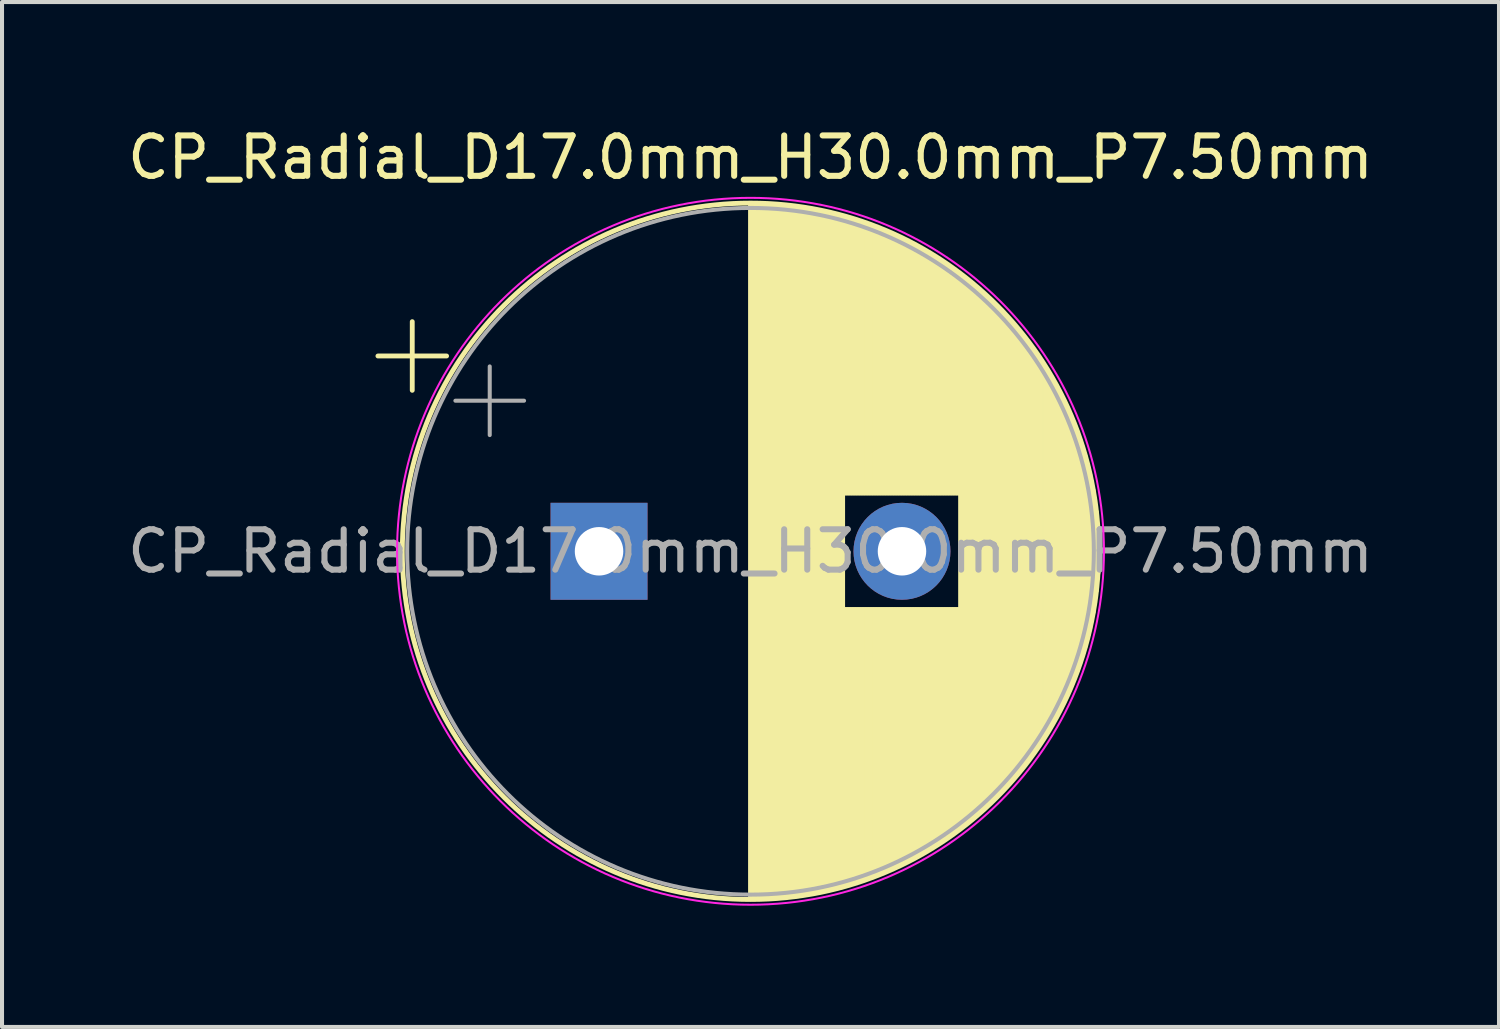
<source format=kicad_pcb>
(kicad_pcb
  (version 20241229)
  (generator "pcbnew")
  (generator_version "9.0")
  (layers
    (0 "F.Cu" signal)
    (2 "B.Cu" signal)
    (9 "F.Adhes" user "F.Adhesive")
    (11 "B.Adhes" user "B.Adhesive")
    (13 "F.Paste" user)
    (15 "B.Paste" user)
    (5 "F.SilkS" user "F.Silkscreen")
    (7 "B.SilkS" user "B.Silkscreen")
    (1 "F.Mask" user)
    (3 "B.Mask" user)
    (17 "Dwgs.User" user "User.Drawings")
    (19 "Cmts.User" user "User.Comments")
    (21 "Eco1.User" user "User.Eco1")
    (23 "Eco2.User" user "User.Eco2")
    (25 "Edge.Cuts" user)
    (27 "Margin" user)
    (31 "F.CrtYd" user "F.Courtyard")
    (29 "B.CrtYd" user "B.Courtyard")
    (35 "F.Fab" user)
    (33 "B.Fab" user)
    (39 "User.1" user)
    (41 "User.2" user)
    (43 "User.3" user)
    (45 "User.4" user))
  (footprint "CP_Radial_D17.0mm_H30.0mm_P7.50mm"
    (layer "F.Cu")
    (at 11.78 10.598)
    (property "Reference" "CP_Radial_D17.0mm_H30.0mm_P7.50mm" (at 3.75 -9.75 0) (layer "F.SilkS") (effects (font (size 1 1) (thickness 0.15))))
    (attr through_hole)
    (fp_line (start -5.474 -4.835) (end -3.774 -4.835) (stroke (width 0.12) (type solid)) (layer "F.SilkS"))
    (fp_line (start -4.624 -5.685) (end -4.624 -3.985) (stroke (width 0.12) (type solid)) (layer "F.SilkS"))
    (fp_line (start 3.75 -8.581) (end 3.75 8.581) (stroke (width 0.12) (type solid)) (layer "F.SilkS"))
    (fp_line (start 3.79 -8.58) (end 3.79 8.58) (stroke (width 0.12) (type solid)) (layer "F.SilkS"))
    (fp_line (start 3.83 -8.58) (end 3.83 8.58) (stroke (width 0.12) (type solid)) (layer "F.SilkS"))
    (fp_line (start 3.87 -8.58) (end 3.87 8.58) (stroke (width 0.12) (type solid)) (layer "F.SilkS"))
    (fp_line (start 3.91 -8.579) (end 3.91 8.579) (stroke (width 0.12) (type solid)) (layer "F.SilkS"))
    (fp_line (start 3.95 -8.578) (end 3.95 8.578) (stroke (width 0.12) (type solid)) (layer "F.SilkS"))
    (fp_line (start 3.99 -8.577) (end 3.99 8.577) (stroke (width 0.12) (type solid)) (layer "F.SilkS"))
    (fp_line (start 4.03 -8.576) (end 4.03 8.576) (stroke (width 0.12) (type solid)) (layer "F.SilkS"))
    (fp_line (start 4.07 -8.575) (end 4.07 8.575) (stroke (width 0.12) (type solid)) (layer "F.SilkS"))
    (fp_line (start 4.11 -8.573) (end 4.11 8.573) (stroke (width 0.12) (type solid)) (layer "F.SilkS"))
    (fp_line (start 4.15 -8.571) (end 4.15 8.571) (stroke (width 0.12) (type solid)) (layer "F.SilkS"))
    (fp_line (start 4.19 -8.569) (end 4.19 8.569) (stroke (width 0.12) (type solid)) (layer "F.SilkS"))
    (fp_line (start 4.23 -8.567) (end 4.23 8.567) (stroke (width 0.12) (type solid)) (layer "F.SilkS"))
    (fp_line (start 4.27 -8.565) (end 4.27 8.565) (stroke (width 0.12) (type solid)) (layer "F.SilkS"))
    (fp_line (start 4.31 -8.562) (end 4.31 8.562) (stroke (width 0.12) (type solid)) (layer "F.SilkS"))
    (fp_line (start 4.35 -8.56) (end 4.35 8.56) (stroke (width 0.12) (type solid)) (layer "F.SilkS"))
    (fp_line (start 4.39 -8.557) (end 4.39 8.557) (stroke (width 0.12) (type solid)) (layer "F.SilkS"))
    (fp_line (start 4.43 -8.554) (end 4.43 8.554) (stroke (width 0.12) (type solid)) (layer "F.SilkS"))
    (fp_line (start 4.471 -8.55) (end 4.471 8.55) (stroke (width 0.12) (type solid)) (layer "F.SilkS"))
    (fp_line (start 4.511 -8.547) (end 4.511 8.547) (stroke (width 0.12) (type solid)) (layer "F.SilkS"))
    (fp_line (start 4.551 -8.543) (end 4.551 8.543) (stroke (width 0.12) (type solid)) (layer "F.SilkS"))
    (fp_line (start 4.591 -8.539) (end 4.591 8.539) (stroke (width 0.12) (type solid)) (layer "F.SilkS"))
    (fp_line (start 4.631 -8.535) (end 4.631 8.535) (stroke (width 0.12) (type solid)) (layer "F.SilkS"))
    (fp_line (start 4.671 -8.531) (end 4.671 8.531) (stroke (width 0.12) (type solid)) (layer "F.SilkS"))
    (fp_line (start 4.711 -8.527) (end 4.711 8.527) (stroke (width 0.12) (type solid)) (layer "F.SilkS"))
    (fp_line (start 4.751 -8.522) (end 4.751 8.522) (stroke (width 0.12) (type solid)) (layer "F.SilkS"))
    (fp_line (start 4.791 -8.518) (end 4.791 8.518) (stroke (width 0.12) (type solid)) (layer "F.SilkS"))
    (fp_line (start 4.831 -8.513) (end 4.831 8.513) (stroke (width 0.12) (type solid)) (layer "F.SilkS"))
    (fp_line (start 4.871 -8.507) (end 4.871 8.507) (stroke (width 0.12) (type solid)) (layer "F.SilkS"))
    (fp_line (start 4.911 -8.502) (end 4.911 8.502) (stroke (width 0.12) (type solid)) (layer "F.SilkS"))
    (fp_line (start 4.951 -8.497) (end 4.951 8.497) (stroke (width 0.12) (type solid)) (layer "F.SilkS"))
    (fp_line (start 4.991 -8.491) (end 4.991 8.491) (stroke (width 0.12) (type solid)) (layer "F.SilkS"))
    (fp_line (start 5.031 -8.485) (end 5.031 8.485) (stroke (width 0.12) (type solid)) (layer "F.SilkS"))
    (fp_line (start 5.071 -8.479) (end 5.071 8.479) (stroke (width 0.12) (type solid)) (layer "F.SilkS"))
    (fp_line (start 5.111 -8.473) (end 5.111 8.473) (stroke (width 0.12) (type solid)) (layer "F.SilkS"))
    (fp_line (start 5.151 -8.466) (end 5.151 8.466) (stroke (width 0.12) (type solid)) (layer "F.SilkS"))
    (fp_line (start 5.191 -8.459) (end 5.191 8.459) (stroke (width 0.12) (type solid)) (layer "F.SilkS"))
    (fp_line (start 5.231 -8.452) (end 5.231 8.452) (stroke (width 0.12) (type solid)) (layer "F.SilkS"))
    (fp_line (start 5.271 -8.445) (end 5.271 8.445) (stroke (width 0.12) (type solid)) (layer "F.SilkS"))
    (fp_line (start 5.311 -8.438) (end 5.311 8.438) (stroke (width 0.12) (type solid)) (layer "F.SilkS"))
    (fp_line (start 5.351 -8.431) (end 5.351 8.431) (stroke (width 0.12) (type solid)) (layer "F.SilkS"))
    (fp_line (start 5.391 -8.423) (end 5.391 8.423) (stroke (width 0.12) (type solid)) (layer "F.SilkS"))
    (fp_line (start 5.431 -8.415) (end 5.431 8.415) (stroke (width 0.12) (type solid)) (layer "F.SilkS"))
    (fp_line (start 5.471 -8.407) (end 5.471 8.407) (stroke (width 0.12) (type solid)) (layer "F.SilkS"))
    (fp_line (start 5.511 -8.399) (end 5.511 8.399) (stroke (width 0.12) (type solid)) (layer "F.SilkS"))
    (fp_line (start 5.551 -8.39) (end 5.551 8.39) (stroke (width 0.12) (type solid)) (layer "F.SilkS"))
    (fp_line (start 5.591 -8.382) (end 5.591 8.382) (stroke (width 0.12) (type solid)) (layer "F.SilkS"))
    (fp_line (start 5.631 -8.373) (end 5.631 8.373) (stroke (width 0.12) (type solid)) (layer "F.SilkS"))
    (fp_line (start 5.671 -8.364) (end 5.671 8.364) (stroke (width 0.12) (type solid)) (layer "F.SilkS"))
    (fp_line (start 5.711 -8.355) (end 5.711 8.355) (stroke (width 0.12) (type solid)) (layer "F.SilkS"))
    (fp_line (start 5.751 -8.345) (end 5.751 8.345) (stroke (width 0.12) (type solid)) (layer "F.SilkS"))
    (fp_line (start 5.791 -8.336) (end 5.791 8.336) (stroke (width 0.12) (type solid)) (layer "F.SilkS"))
    (fp_line (start 5.831 -8.326) (end 5.831 8.326) (stroke (width 0.12) (type solid)) (layer "F.SilkS"))
    (fp_line (start 5.871 -8.316) (end 5.871 8.316) (stroke (width 0.12) (type solid)) (layer "F.SilkS"))
    (fp_line (start 5.911 -8.305) (end 5.911 8.305) (stroke (width 0.12) (type solid)) (layer "F.SilkS"))
    (fp_line (start 5.951 -8.295) (end 5.951 8.295) (stroke (width 0.12) (type solid)) (layer "F.SilkS"))
    (fp_line (start 5.991 -8.284) (end 5.991 8.284) (stroke (width 0.12) (type solid)) (layer "F.SilkS"))
    (fp_line (start 6.031 -8.274) (end 6.031 8.274) (stroke (width 0.12) (type solid)) (layer "F.SilkS"))
    (fp_line (start 6.071 -8.262) (end 6.071 -1.44) (stroke (width 0.12) (type solid)) (layer "F.SilkS"))
    (fp_line (start 6.071 1.44) (end 6.071 8.262) (stroke (width 0.12) (type solid)) (layer "F.SilkS"))
    (fp_line (start 6.111 -8.251) (end 6.111 -1.44) (stroke (width 0.12) (type solid)) (layer "F.SilkS"))
    (fp_line (start 6.111 1.44) (end 6.111 8.251) (stroke (width 0.12) (type solid)) (layer "F.SilkS"))
    (fp_line (start 6.151 -8.24) (end 6.151 -1.44) (stroke (width 0.12) (type solid)) (layer "F.SilkS"))
    (fp_line (start 6.151 1.44) (end 6.151 8.24) (stroke (width 0.12) (type solid)) (layer "F.SilkS"))
    (fp_line (start 6.191 -8.228) (end 6.191 -1.44) (stroke (width 0.12) (type solid)) (layer "F.SilkS"))
    (fp_line (start 6.191 1.44) (end 6.191 8.228) (stroke (width 0.12) (type solid)) (layer "F.SilkS"))
    (fp_line (start 6.231 -8.216) (end 6.231 -1.44) (stroke (width 0.12) (type solid)) (layer "F.SilkS"))
    (fp_line (start 6.231 1.44) (end 6.231 8.216) (stroke (width 0.12) (type solid)) (layer "F.SilkS"))
    (fp_line (start 6.271 -8.204) (end 6.271 -1.44) (stroke (width 0.12) (type solid)) (layer "F.SilkS"))
    (fp_line (start 6.271 1.44) (end 6.271 8.204) (stroke (width 0.12) (type solid)) (layer "F.SilkS"))
    (fp_line (start 6.311 -8.192) (end 6.311 -1.44) (stroke (width 0.12) (type solid)) (layer "F.SilkS"))
    (fp_line (start 6.311 1.44) (end 6.311 8.192) (stroke (width 0.12) (type solid)) (layer "F.SilkS"))
    (fp_line (start 6.351 -8.179) (end 6.351 -1.44) (stroke (width 0.12) (type solid)) (layer "F.SilkS"))
    (fp_line (start 6.351 1.44) (end 6.351 8.179) (stroke (width 0.12) (type solid)) (layer "F.SilkS"))
    (fp_line (start 6.391 -8.166) (end 6.391 -1.44) (stroke (width 0.12) (type solid)) (layer "F.SilkS"))
    (fp_line (start 6.391 1.44) (end 6.391 8.166) (stroke (width 0.12) (type solid)) (layer "F.SilkS"))
    (fp_line (start 6.431 -8.153) (end 6.431 -1.44) (stroke (width 0.12) (type solid)) (layer "F.SilkS"))
    (fp_line (start 6.431 1.44) (end 6.431 8.153) (stroke (width 0.12) (type solid)) (layer "F.SilkS"))
    (fp_line (start 6.471 -8.14) (end 6.471 -1.44) (stroke (width 0.12) (type solid)) (layer "F.SilkS"))
    (fp_line (start 6.471 1.44) (end 6.471 8.14) (stroke (width 0.12) (type solid)) (layer "F.SilkS"))
    (fp_line (start 6.511 -8.127) (end 6.511 -1.44) (stroke (width 0.12) (type solid)) (layer "F.SilkS"))
    (fp_line (start 6.511 1.44) (end 6.511 8.127) (stroke (width 0.12) (type solid)) (layer "F.SilkS"))
    (fp_line (start 6.551 -8.113) (end 6.551 -1.44) (stroke (width 0.12) (type solid)) (layer "F.SilkS"))
    (fp_line (start 6.551 1.44) (end 6.551 8.113) (stroke (width 0.12) (type solid)) (layer "F.SilkS"))
    (fp_line (start 6.591 -8.099) (end 6.591 -1.44) (stroke (width 0.12) (type solid)) (layer "F.SilkS"))
    (fp_line (start 6.591 1.44) (end 6.591 8.099) (stroke (width 0.12) (type solid)) (layer "F.SilkS"))
    (fp_line (start 6.631 -8.085) (end 6.631 -1.44) (stroke (width 0.12) (type solid)) (layer "F.SilkS"))
    (fp_line (start 6.631 1.44) (end 6.631 8.085) (stroke (width 0.12) (type solid)) (layer "F.SilkS"))
    (fp_line (start 6.671 -8.071) (end 6.671 -1.44) (stroke (width 0.12) (type solid)) (layer "F.SilkS"))
    (fp_line (start 6.671 1.44) (end 6.671 8.071) (stroke (width 0.12) (type solid)) (layer "F.SilkS"))
    (fp_line (start 6.711 -8.056) (end 6.711 -1.44) (stroke (width 0.12) (type solid)) (layer "F.SilkS"))
    (fp_line (start 6.711 1.44) (end 6.711 8.056) (stroke (width 0.12) (type solid)) (layer "F.SilkS"))
    (fp_line (start 6.751 -8.042) (end 6.751 -1.44) (stroke (width 0.12) (type solid)) (layer "F.SilkS"))
    (fp_line (start 6.751 1.44) (end 6.751 8.042) (stroke (width 0.12) (type solid)) (layer "F.SilkS"))
    (fp_line (start 6.791 -8.027) (end 6.791 -1.44) (stroke (width 0.12) (type solid)) (layer "F.SilkS"))
    (fp_line (start 6.791 1.44) (end 6.791 8.027) (stroke (width 0.12) (type solid)) (layer "F.SilkS"))
    (fp_line (start 6.831 -8.011) (end 6.831 -1.44) (stroke (width 0.12) (type solid)) (layer "F.SilkS"))
    (fp_line (start 6.831 1.44) (end 6.831 8.011) (stroke (width 0.12) (type solid)) (layer "F.SilkS"))
    (fp_line (start 6.871 -7.996) (end 6.871 -1.44) (stroke (width 0.12) (type solid)) (layer "F.SilkS"))
    (fp_line (start 6.871 1.44) (end 6.871 7.996) (stroke (width 0.12) (type solid)) (layer "F.SilkS"))
    (fp_line (start 6.911 -7.98) (end 6.911 -1.44) (stroke (width 0.12) (type solid)) (layer "F.SilkS"))
    (fp_line (start 6.911 1.44) (end 6.911 7.98) (stroke (width 0.12) (type solid)) (layer "F.SilkS"))
    (fp_line (start 6.951 -7.965) (end 6.951 -1.44) (stroke (width 0.12) (type solid)) (layer "F.SilkS"))
    (fp_line (start 6.951 1.44) (end 6.951 7.965) (stroke (width 0.12) (type solid)) (layer "F.SilkS"))
    (fp_line (start 6.991 -7.948) (end 6.991 -1.44) (stroke (width 0.12) (type solid)) (layer "F.SilkS"))
    (fp_line (start 6.991 1.44) (end 6.991 7.948) (stroke (width 0.12) (type solid)) (layer "F.SilkS"))
    (fp_line (start 7.031 -7.932) (end 7.031 -1.44) (stroke (width 0.12) (type solid)) (layer "F.SilkS"))
    (fp_line (start 7.031 1.44) (end 7.031 7.932) (stroke (width 0.12) (type solid)) (layer "F.SilkS"))
    (fp_line (start 7.071 -7.915) (end 7.071 -1.44) (stroke (width 0.12) (type solid)) (layer "F.SilkS"))
    (fp_line (start 7.071 1.44) (end 7.071 7.915) (stroke (width 0.12) (type solid)) (layer "F.SilkS"))
    (fp_line (start 7.111 -7.899) (end 7.111 -1.44) (stroke (width 0.12) (type solid)) (layer "F.SilkS"))
    (fp_line (start 7.111 1.44) (end 7.111 7.899) (stroke (width 0.12) (type solid)) (layer "F.SilkS"))
    (fp_line (start 7.151 -7.882) (end 7.151 -1.44) (stroke (width 0.12) (type solid)) (layer "F.SilkS"))
    (fp_line (start 7.151 1.44) (end 7.151 7.882) (stroke (width 0.12) (type solid)) (layer "F.SilkS"))
    (fp_line (start 7.191 -7.864) (end 7.191 -1.44) (stroke (width 0.12) (type solid)) (layer "F.SilkS"))
    (fp_line (start 7.191 1.44) (end 7.191 7.864) (stroke (width 0.12) (type solid)) (layer "F.SilkS"))
    (fp_line (start 7.231 -7.847) (end 7.231 -1.44) (stroke (width 0.12) (type solid)) (layer "F.SilkS"))
    (fp_line (start 7.231 1.44) (end 7.231 7.847) (stroke (width 0.12) (type solid)) (layer "F.SilkS"))
    (fp_line (start 7.271 -7.829) (end 7.271 -1.44) (stroke (width 0.12) (type solid)) (layer "F.SilkS"))
    (fp_line (start 7.271 1.44) (end 7.271 7.829) (stroke (width 0.12) (type solid)) (layer "F.SilkS"))
    (fp_line (start 7.311 -7.811) (end 7.311 -1.44) (stroke (width 0.12) (type solid)) (layer "F.SilkS"))
    (fp_line (start 7.311 1.44) (end 7.311 7.811) (stroke (width 0.12) (type solid)) (layer "F.SilkS"))
    (fp_line (start 7.351 -7.793) (end 7.351 -1.44) (stroke (width 0.12) (type solid)) (layer "F.SilkS"))
    (fp_line (start 7.351 1.44) (end 7.351 7.793) (stroke (width 0.12) (type solid)) (layer "F.SilkS"))
    (fp_line (start 7.391 -7.774) (end 7.391 -1.44) (stroke (width 0.12) (type solid)) (layer "F.SilkS"))
    (fp_line (start 7.391 1.44) (end 7.391 7.774) (stroke (width 0.12) (type solid)) (layer "F.SilkS"))
    (fp_line (start 7.431 -7.755) (end 7.431 -1.44) (stroke (width 0.12) (type solid)) (layer "F.SilkS"))
    (fp_line (start 7.431 1.44) (end 7.431 7.755) (stroke (width 0.12) (type solid)) (layer "F.SilkS"))
    (fp_line (start 7.471 -7.736) (end 7.471 -1.44) (stroke (width 0.12) (type solid)) (layer "F.SilkS"))
    (fp_line (start 7.471 1.44) (end 7.471 7.736) (stroke (width 0.12) (type solid)) (layer "F.SilkS"))
    (fp_line (start 7.511 -7.717) (end 7.511 -1.44) (stroke (width 0.12) (type solid)) (layer "F.SilkS"))
    (fp_line (start 7.511 1.44) (end 7.511 7.717) (stroke (width 0.12) (type solid)) (layer "F.SilkS"))
    (fp_line (start 7.551 -7.698) (end 7.551 -1.44) (stroke (width 0.12) (type solid)) (layer "F.SilkS"))
    (fp_line (start 7.551 1.44) (end 7.551 7.698) (stroke (width 0.12) (type solid)) (layer "F.SilkS"))
    (fp_line (start 7.591 -7.678) (end 7.591 -1.44) (stroke (width 0.12) (type solid)) (layer "F.SilkS"))
    (fp_line (start 7.591 1.44) (end 7.591 7.678) (stroke (width 0.12) (type solid)) (layer "F.SilkS"))
    (fp_line (start 7.631 -7.658) (end 7.631 -1.44) (stroke (width 0.12) (type solid)) (layer "F.SilkS"))
    (fp_line (start 7.631 1.44) (end 7.631 7.658) (stroke (width 0.12) (type solid)) (layer "F.SilkS"))
    (fp_line (start 7.671 -7.638) (end 7.671 -1.44) (stroke (width 0.12) (type solid)) (layer "F.SilkS"))
    (fp_line (start 7.671 1.44) (end 7.671 7.638) (stroke (width 0.12) (type solid)) (layer "F.SilkS"))
    (fp_line (start 7.711 -7.617) (end 7.711 -1.44) (stroke (width 0.12) (type solid)) (layer "F.SilkS"))
    (fp_line (start 7.711 1.44) (end 7.711 7.617) (stroke (width 0.12) (type solid)) (layer "F.SilkS"))
    (fp_line (start 7.751 -7.596) (end 7.751 -1.44) (stroke (width 0.12) (type solid)) (layer "F.SilkS"))
    (fp_line (start 7.751 1.44) (end 7.751 7.596) (stroke (width 0.12) (type solid)) (layer "F.SilkS"))
    (fp_line (start 7.791 -7.575) (end 7.791 -1.44) (stroke (width 0.12) (type solid)) (layer "F.SilkS"))
    (fp_line (start 7.791 1.44) (end 7.791 7.575) (stroke (width 0.12) (type solid)) (layer "F.SilkS"))
    (fp_line (start 7.831 -7.554) (end 7.831 -1.44) (stroke (width 0.12) (type solid)) (layer "F.SilkS"))
    (fp_line (start 7.831 1.44) (end 7.831 7.554) (stroke (width 0.12) (type solid)) (layer "F.SilkS"))
    (fp_line (start 7.871 -7.532) (end 7.871 -1.44) (stroke (width 0.12) (type solid)) (layer "F.SilkS"))
    (fp_line (start 7.871 1.44) (end 7.871 7.532) (stroke (width 0.12) (type solid)) (layer "F.SilkS"))
    (fp_line (start 7.911 -7.51) (end 7.911 -1.44) (stroke (width 0.12) (type solid)) (layer "F.SilkS"))
    (fp_line (start 7.911 1.44) (end 7.911 7.51) (stroke (width 0.12) (type solid)) (layer "F.SilkS"))
    (fp_line (start 7.951 -7.488) (end 7.951 -1.44) (stroke (width 0.12) (type solid)) (layer "F.SilkS"))
    (fp_line (start 7.951 1.44) (end 7.951 7.488) (stroke (width 0.12) (type solid)) (layer "F.SilkS"))
    (fp_line (start 7.991 -7.466) (end 7.991 -1.44) (stroke (width 0.12) (type solid)) (layer "F.SilkS"))
    (fp_line (start 7.991 1.44) (end 7.991 7.466) (stroke (width 0.12) (type solid)) (layer "F.SilkS"))
    (fp_line (start 8.031 -7.443) (end 8.031 -1.44) (stroke (width 0.12) (type solid)) (layer "F.SilkS"))
    (fp_line (start 8.031 1.44) (end 8.031 7.443) (stroke (width 0.12) (type solid)) (layer "F.SilkS"))
    (fp_line (start 8.071 -7.42) (end 8.071 -1.44) (stroke (width 0.12) (type solid)) (layer "F.SilkS"))
    (fp_line (start 8.071 1.44) (end 8.071 7.42) (stroke (width 0.12) (type solid)) (layer "F.SilkS"))
    (fp_line (start 8.111 -7.397) (end 8.111 -1.44) (stroke (width 0.12) (type solid)) (layer "F.SilkS"))
    (fp_line (start 8.111 1.44) (end 8.111 7.397) (stroke (width 0.12) (type solid)) (layer "F.SilkS"))
    (fp_line (start 8.151 -7.373) (end 8.151 -1.44) (stroke (width 0.12) (type solid)) (layer "F.SilkS"))
    (fp_line (start 8.151 1.44) (end 8.151 7.373) (stroke (width 0.12) (type solid)) (layer "F.SilkS"))
    (fp_line (start 8.191 -7.349) (end 8.191 -1.44) (stroke (width 0.12) (type solid)) (layer "F.SilkS"))
    (fp_line (start 8.191 1.44) (end 8.191 7.349) (stroke (width 0.12) (type solid)) (layer "F.SilkS"))
    (fp_line (start 8.231 -7.325) (end 8.231 -1.44) (stroke (width 0.12) (type solid)) (layer "F.SilkS"))
    (fp_line (start 8.231 1.44) (end 8.231 7.325) (stroke (width 0.12) (type solid)) (layer "F.SilkS"))
    (fp_line (start 8.271 -7.3) (end 8.271 -1.44) (stroke (width 0.12) (type solid)) (layer "F.SilkS"))
    (fp_line (start 8.271 1.44) (end 8.271 7.3) (stroke (width 0.12) (type solid)) (layer "F.SilkS"))
    (fp_line (start 8.311 -7.276) (end 8.311 -1.44) (stroke (width 0.12) (type solid)) (layer "F.SilkS"))
    (fp_line (start 8.311 1.44) (end 8.311 7.276) (stroke (width 0.12) (type solid)) (layer "F.SilkS"))
    (fp_line (start 8.351 -7.251) (end 8.351 -1.44) (stroke (width 0.12) (type solid)) (layer "F.SilkS"))
    (fp_line (start 8.351 1.44) (end 8.351 7.251) (stroke (width 0.12) (type solid)) (layer "F.SilkS"))
    (fp_line (start 8.391 -7.225) (end 8.391 -1.44) (stroke (width 0.12) (type solid)) (layer "F.SilkS"))
    (fp_line (start 8.391 1.44) (end 8.391 7.225) (stroke (width 0.12) (type solid)) (layer "F.SilkS"))
    (fp_line (start 8.431 -7.199) (end 8.431 -1.44) (stroke (width 0.12) (type solid)) (layer "F.SilkS"))
    (fp_line (start 8.431 1.44) (end 8.431 7.199) (stroke (width 0.12) (type solid)) (layer "F.SilkS"))
    (fp_line (start 8.471 -7.173) (end 8.471 -1.44) (stroke (width 0.12) (type solid)) (layer "F.SilkS"))
    (fp_line (start 8.471 1.44) (end 8.471 7.173) (stroke (width 0.12) (type solid)) (layer "F.SilkS"))
    (fp_line (start 8.511 -7.147) (end 8.511 -1.44) (stroke (width 0.12) (type solid)) (layer "F.SilkS"))
    (fp_line (start 8.511 1.44) (end 8.511 7.147) (stroke (width 0.12) (type solid)) (layer "F.SilkS"))
    (fp_line (start 8.551 -7.12) (end 8.551 -1.44) (stroke (width 0.12) (type solid)) (layer "F.SilkS"))
    (fp_line (start 8.551 1.44) (end 8.551 7.12) (stroke (width 0.12) (type solid)) (layer "F.SilkS"))
    (fp_line (start 8.591 -7.093) (end 8.591 -1.44) (stroke (width 0.12) (type solid)) (layer "F.SilkS"))
    (fp_line (start 8.591 1.44) (end 8.591 7.093) (stroke (width 0.12) (type solid)) (layer "F.SilkS"))
    (fp_line (start 8.631 -7.066) (end 8.631 -1.44) (stroke (width 0.12) (type solid)) (layer "F.SilkS"))
    (fp_line (start 8.631 1.44) (end 8.631 7.066) (stroke (width 0.12) (type solid)) (layer "F.SilkS"))
    (fp_line (start 8.671 -7.038) (end 8.671 -1.44) (stroke (width 0.12) (type solid)) (layer "F.SilkS"))
    (fp_line (start 8.671 1.44) (end 8.671 7.038) (stroke (width 0.12) (type solid)) (layer "F.SilkS"))
    (fp_line (start 8.711 -7.011) (end 8.711 -1.44) (stroke (width 0.12) (type solid)) (layer "F.SilkS"))
    (fp_line (start 8.711 1.44) (end 8.711 7.011) (stroke (width 0.12) (type solid)) (layer "F.SilkS"))
    (fp_line (start 8.751 -6.982) (end 8.751 -1.44) (stroke (width 0.12) (type solid)) (layer "F.SilkS"))
    (fp_line (start 8.751 1.44) (end 8.751 6.982) (stroke (width 0.12) (type solid)) (layer "F.SilkS"))
    (fp_line (start 8.791 -6.954) (end 8.791 -1.44) (stroke (width 0.12) (type solid)) (layer "F.SilkS"))
    (fp_line (start 8.791 1.44) (end 8.791 6.954) (stroke (width 0.12) (type solid)) (layer "F.SilkS"))
    (fp_line (start 8.831 -6.925) (end 8.831 -1.44) (stroke (width 0.12) (type solid)) (layer "F.SilkS"))
    (fp_line (start 8.831 1.44) (end 8.831 6.925) (stroke (width 0.12) (type solid)) (layer "F.SilkS"))
    (fp_line (start 8.871 -6.895) (end 8.871 -1.44) (stroke (width 0.12) (type solid)) (layer "F.SilkS"))
    (fp_line (start 8.871 1.44) (end 8.871 6.895) (stroke (width 0.12) (type solid)) (layer "F.SilkS"))
    (fp_line (start 8.911 -6.865) (end 8.911 -1.44) (stroke (width 0.12) (type solid)) (layer "F.SilkS"))
    (fp_line (start 8.911 1.44) (end 8.911 6.865) (stroke (width 0.12) (type solid)) (layer "F.SilkS"))
    (fp_line (start 8.951 -6.835) (end 8.951 6.835) (stroke (width 0.12) (type solid)) (layer "F.SilkS"))
    (fp_line (start 8.991 -6.805) (end 8.991 6.805) (stroke (width 0.12) (type solid)) (layer "F.SilkS"))
    (fp_line (start 9.031 -6.774) (end 9.031 6.774) (stroke (width 0.12) (type solid)) (layer "F.SilkS"))
    (fp_line (start 9.071 -6.743) (end 9.071 6.743) (stroke (width 0.12) (type solid)) (layer "F.SilkS"))
    (fp_line (start 9.111 -6.711) (end 9.111 6.711) (stroke (width 0.12) (type solid)) (layer "F.SilkS"))
    (fp_line (start 9.151 -6.679) (end 9.151 6.679) (stroke (width 0.12) (type solid)) (layer "F.SilkS"))
    (fp_line (start 9.191 -6.647) (end 9.191 6.647) (stroke (width 0.12) (type solid)) (layer "F.SilkS"))
    (fp_line (start 9.231 -6.614) (end 9.231 6.614) (stroke (width 0.12) (type solid)) (layer "F.SilkS"))
    (fp_line (start 9.271 -6.581) (end 9.271 6.581) (stroke (width 0.12) (type solid)) (layer "F.SilkS"))
    (fp_line (start 9.311 -6.548) (end 9.311 6.548) (stroke (width 0.12) (type solid)) (layer "F.SilkS"))
    (fp_line (start 9.351 -6.514) (end 9.351 6.514) (stroke (width 0.12) (type solid)) (layer "F.SilkS"))
    (fp_line (start 9.391 -6.479) (end 9.391 6.479) (stroke (width 0.12) (type solid)) (layer "F.SilkS"))
    (fp_line (start 9.431 -6.444) (end 9.431 6.444) (stroke (width 0.12) (type solid)) (layer "F.SilkS"))
    (fp_line (start 9.471 -6.409) (end 9.471 6.409) (stroke (width 0.12) (type solid)) (layer "F.SilkS"))
    (fp_line (start 9.511 -6.374) (end 9.511 6.374) (stroke (width 0.12) (type solid)) (layer "F.SilkS"))
    (fp_line (start 9.551 -6.337) (end 9.551 6.337) (stroke (width 0.12) (type solid)) (layer "F.SilkS"))
    (fp_line (start 9.591 -6.301) (end 9.591 6.301) (stroke (width 0.12) (type solid)) (layer "F.SilkS"))
    (fp_line (start 9.631 -6.264) (end 9.631 6.264) (stroke (width 0.12) (type solid)) (layer "F.SilkS"))
    (fp_line (start 9.671 -6.226) (end 9.671 6.226) (stroke (width 0.12) (type solid)) (layer "F.SilkS"))
    (fp_line (start 9.711 -6.188) (end 9.711 6.188) (stroke (width 0.12) (type solid)) (layer "F.SilkS"))
    (fp_line (start 9.751 -6.15) (end 9.751 6.15) (stroke (width 0.12) (type solid)) (layer "F.SilkS"))
    (fp_line (start 9.791 -6.111) (end 9.791 6.111) (stroke (width 0.12) (type solid)) (layer "F.SilkS"))
    (fp_line (start 9.831 -6.071) (end 9.831 6.071) (stroke (width 0.12) (type solid)) (layer "F.SilkS"))
    (fp_line (start 9.871 -6.031) (end 9.871 6.031) (stroke (width 0.12) (type solid)) (layer "F.SilkS"))
    (fp_line (start 9.911 -5.99) (end 9.911 5.99) (stroke (width 0.12) (type solid)) (layer "F.SilkS"))
    (fp_line (start 9.951 -5.949) (end 9.951 5.949) (stroke (width 0.12) (type solid)) (layer "F.SilkS"))
    (fp_line (start 9.991 -5.907) (end 9.991 5.907) (stroke (width 0.12) (type solid)) (layer "F.SilkS"))
    (fp_line (start 10.031 -5.865) (end 10.031 5.865) (stroke (width 0.12) (type solid)) (layer "F.SilkS"))
    (fp_line (start 10.071 -5.822) (end 10.071 5.822) (stroke (width 0.12) (type solid)) (layer "F.SilkS"))
    (fp_line (start 10.111 -5.779) (end 10.111 5.779) (stroke (width 0.12) (type solid)) (layer "F.SilkS"))
    (fp_line (start 10.151 -5.735) (end 10.151 5.735) (stroke (width 0.12) (type solid)) (layer "F.SilkS"))
    (fp_line (start 10.191 -5.69) (end 10.191 5.69) (stroke (width 0.12) (type solid)) (layer "F.SilkS"))
    (fp_line (start 10.231 -5.645) (end 10.231 5.645) (stroke (width 0.12) (type solid)) (layer "F.SilkS"))
    (fp_line (start 10.271 -5.599) (end 10.271 5.599) (stroke (width 0.12) (type solid)) (layer "F.SilkS"))
    (fp_line (start 10.311 -5.553) (end 10.311 5.553) (stroke (width 0.12) (type solid)) (layer "F.SilkS"))
    (fp_line (start 10.351 -5.505) (end 10.351 5.505) (stroke (width 0.12) (type solid)) (layer "F.SilkS"))
    (fp_line (start 10.391 -5.457) (end 10.391 5.457) (stroke (width 0.12) (type solid)) (layer "F.SilkS"))
    (fp_line (start 10.431 -5.409) (end 10.431 5.409) (stroke (width 0.12) (type solid)) (layer "F.SilkS"))
    (fp_line (start 10.471 -5.359) (end 10.471 5.359) (stroke (width 0.12) (type solid)) (layer "F.SilkS"))
    (fp_line (start 10.511 -5.309) (end 10.511 5.309) (stroke (width 0.12) (type solid)) (layer "F.SilkS"))
    (fp_line (start 10.551 -5.258) (end 10.551 5.258) (stroke (width 0.12) (type solid)) (layer "F.SilkS"))
    (fp_line (start 10.591 -5.206) (end 10.591 5.206) (stroke (width 0.12) (type solid)) (layer "F.SilkS"))
    (fp_line (start 10.631 -5.154) (end 10.631 5.154) (stroke (width 0.12) (type solid)) (layer "F.SilkS"))
    (fp_line (start 10.671 -5.1) (end 10.671 5.1) (stroke (width 0.12) (type solid)) (layer "F.SilkS"))
    (fp_line (start 10.711 -5.046) (end 10.711 5.046) (stroke (width 0.12) (type solid)) (layer "F.SilkS"))
    (fp_line (start 10.751 -4.991) (end 10.751 4.991) (stroke (width 0.12) (type solid)) (layer "F.SilkS"))
    (fp_line (start 10.791 -4.935) (end 10.791 4.935) (stroke (width 0.12) (type solid)) (layer "F.SilkS"))
    (fp_line (start 10.831 -4.878) (end 10.831 4.878) (stroke (width 0.12) (type solid)) (layer "F.SilkS"))
    (fp_line (start 10.871 -4.82) (end 10.871 4.82) (stroke (width 0.12) (type solid)) (layer "F.SilkS"))
    (fp_line (start 10.911 -4.76) (end 10.911 4.76) (stroke (width 0.12) (type solid)) (layer "F.SilkS"))
    (fp_line (start 10.951 -4.7) (end 10.951 4.7) (stroke (width 0.12) (type solid)) (layer "F.SilkS"))
    (fp_line (start 10.991 -4.639) (end 10.991 4.639) (stroke (width 0.12) (type solid)) (layer "F.SilkS"))
    (fp_line (start 11.031 -4.576) (end 11.031 4.576) (stroke (width 0.12) (type solid)) (layer "F.SilkS"))
    (fp_line (start 11.071 -4.513) (end 11.071 4.513) (stroke (width 0.12) (type solid)) (layer "F.SilkS"))
    (fp_line (start 11.111 -4.448) (end 11.111 4.448) (stroke (width 0.12) (type solid)) (layer "F.SilkS"))
    (fp_line (start 11.151 -4.381) (end 11.151 4.381) (stroke (width 0.12) (type solid)) (layer "F.SilkS"))
    (fp_line (start 11.191 -4.314) (end 11.191 4.314) (stroke (width 0.12) (type solid)) (layer "F.SilkS"))
    (fp_line (start 11.231 -4.245) (end 11.231 4.245) (stroke (width 0.12) (type solid)) (layer "F.SilkS"))
    (fp_line (start 11.271 -4.174) (end 11.271 4.174) (stroke (width 0.12) (type solid)) (layer "F.SilkS"))
    (fp_line (start 11.311 -4.102) (end 11.311 4.102) (stroke (width 0.12) (type solid)) (layer "F.SilkS"))
    (fp_line (start 11.351 -4.028) (end 11.351 4.028) (stroke (width 0.12) (type solid)) (layer "F.SilkS"))
    (fp_line (start 11.391 -3.952) (end 11.391 3.952) (stroke (width 0.12) (type solid)) (layer "F.SilkS"))
    (fp_line (start 11.431 -3.875) (end 11.431 3.875) (stroke (width 0.12) (type solid)) (layer "F.SilkS"))
    (fp_line (start 11.471 -3.795) (end 11.471 3.795) (stroke (width 0.12) (type solid)) (layer "F.SilkS"))
    (fp_line (start 11.511 -3.714) (end 11.511 3.714) (stroke (width 0.12) (type solid)) (layer "F.SilkS"))
    (fp_line (start 11.551 -3.63) (end 11.551 3.63) (stroke (width 0.12) (type solid)) (layer "F.SilkS"))
    (fp_line (start 11.591 -3.544) (end 11.591 3.544) (stroke (width 0.12) (type solid)) (layer "F.SilkS"))
    (fp_line (start 11.631 -3.455) (end 11.631 3.455) (stroke (width 0.12) (type solid)) (layer "F.SilkS"))
    (fp_line (start 11.671 -3.363) (end 11.671 3.363) (stroke (width 0.12) (type solid)) (layer "F.SilkS"))
    (fp_line (start 11.711 -3.268) (end 11.711 3.268) (stroke (width 0.12) (type solid)) (layer "F.SilkS"))
    (fp_line (start 11.751 -3.171) (end 11.751 3.171) (stroke (width 0.12) (type solid)) (layer "F.SilkS"))
    (fp_line (start 11.791 -3.069) (end 11.791 3.069) (stroke (width 0.12) (type solid)) (layer "F.SilkS"))
    (fp_line (start 11.831 -2.963) (end 11.831 2.963) (stroke (width 0.12) (type solid)) (layer "F.SilkS"))
    (fp_line (start 11.871 -2.854) (end 11.871 2.854) (stroke (width 0.12) (type solid)) (layer "F.SilkS"))
    (fp_line (start 11.911 -2.739) (end 11.911 2.739) (stroke (width 0.12) (type solid)) (layer "F.SilkS"))
    (fp_line (start 11.95 -2.618) (end 11.95 2.618) (stroke (width 0.12) (type solid)) (layer "F.SilkS"))
    (fp_line (start 11.99 -2.492) (end 11.99 2.492) (stroke (width 0.12) (type solid)) (layer "F.SilkS"))
    (fp_line (start 12.03 -2.358) (end 12.03 2.358) (stroke (width 0.12) (type solid)) (layer "F.SilkS"))
    (fp_line (start 12.07 -2.215) (end 12.07 2.215) (stroke (width 0.12) (type solid)) (layer "F.SilkS"))
    (fp_line (start 12.11 -2.062) (end 12.11 2.062) (stroke (width 0.12) (type solid)) (layer "F.SilkS"))
    (fp_line (start 12.15 -1.896) (end 12.15 1.896) (stroke (width 0.12) (type solid)) (layer "F.SilkS"))
    (fp_line (start 12.19 -1.713) (end 12.19 1.713) (stroke (width 0.12) (type solid)) (layer "F.SilkS"))
    (fp_line (start 12.23 -1.508) (end 12.23 1.508) (stroke (width 0.12) (type solid)) (layer "F.SilkS"))
    (fp_line (start 12.27 -1.27) (end 12.27 1.27) (stroke (width 0.12) (type solid)) (layer "F.SilkS"))
    (fp_line (start 12.31 -0.976) (end 12.31 0.976) (stroke (width 0.12) (type solid)) (layer "F.SilkS"))
    (fp_line (start 12.35 -0.547) (end 12.35 0.547) (stroke (width 0.12) (type solid)) (layer "F.SilkS"))
    (fp_circle (center 3.75 0) (end 12.37 0) (stroke (width 0.12) (type solid)) (fill no) (layer "F.SilkS"))
    (fp_circle (center 3.75 0) (end 12.5 0) (stroke (width 0.05) (type solid)) (fill no) (layer "F.CrtYd"))
    (fp_line (start -3.556 -3.728) (end -1.856 -3.728) (stroke (width 0.1) (type solid)) (layer "F.Fab"))
    (fp_line (start -2.706 -4.577) (end -2.706 -2.877) (stroke (width 0.1) (type solid)) (layer "F.Fab"))
    (fp_circle (center 3.75 0) (end 12.25 0) (stroke (width 0.1) (type solid)) (fill no) (layer "F.Fab"))
    (fp_text user "${REFERENCE}" (at 3.75 0 0) (layer "F.Fab") (effects (font (size 1 1) (thickness 0.15))))
    (pad "1" thru_hole rect (at 0 0) (size 2.4 2.4) (drill 1.2) (layers "*.Cu" "*.Mask"))
    (pad "2" thru_hole circle (at 7.5 0) (size 2.4 2.4) (drill 1.2) (layers "*.Cu" "*.Mask")))
  (gr_rect
    (start -3 -3)
    (end 34.06 22.373)
    (stroke (width 0.1) (type default))
    (fill no)
    (layer "Edge.Cuts")))
</source>
